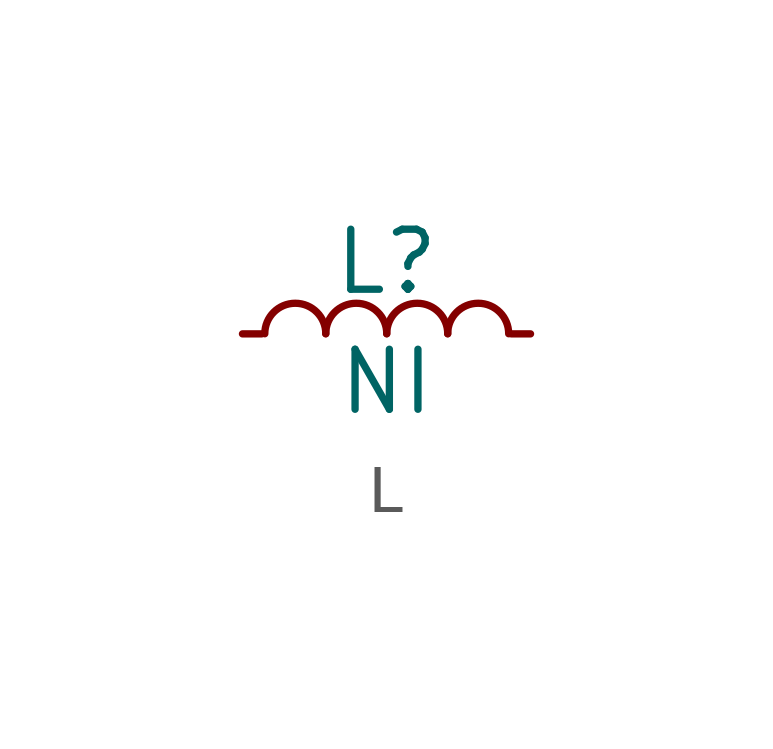
<source format=kicad_sym>
(kicad_symbol_lib
  (version 20241209)
  (generator "kicad_symbol_editor")
  (generator_version "9.0")
  (symbol "L"
    (pin_numbers
      (hide yes))
    (pin_names
      (offset 0)
      (hide yes))
    (property "Reference" "L"
      (at 3 1.5 0)
      (do_not_autoplace)
      (effects (font (size 1.25 1.25))))
    (property "Value" "NI"
      (at 3 -1 0)
      (do_not_autoplace)
      (effects (font (size 1.25 1.25))))
    (symbol "L_0_1"
      (arc (start 0.465 0.0027) (mid 1.1 0.635) (end 1.735 0.0027) (stroke (width 0) (type default)) (fill (type none)))
      (arc (start 1.735 0.0027) (mid 2.37 0.635) (end 3.005 0.0027) (stroke (width 0) (type default)) (fill (type none)))
      (arc (start 3.005 0.0027) (mid 3.64 0.635) (end 4.275 0.0027) (stroke (width 0) (type default)) (fill (type none)))
      (arc (start 4.275 0.0027) (mid 4.91 0.635) (end 5.545 0.0027) (stroke (width 0) (type default)) (fill (type none))))
    (symbol "L_1_1"
      (pin passive line (at 0 0 0) (length 0.4) (name "1" (effects (font (size 1.25 1.25)))) (number "1" (effects (font (size 1.25 1.25)))))
      (pin passive line (at 6 0 180) (length 0.4) (name "2" (effects (font (size 1.25 1.25)))) (number "2" (effects (font (size 1.25 1.25))))))))
</source>
